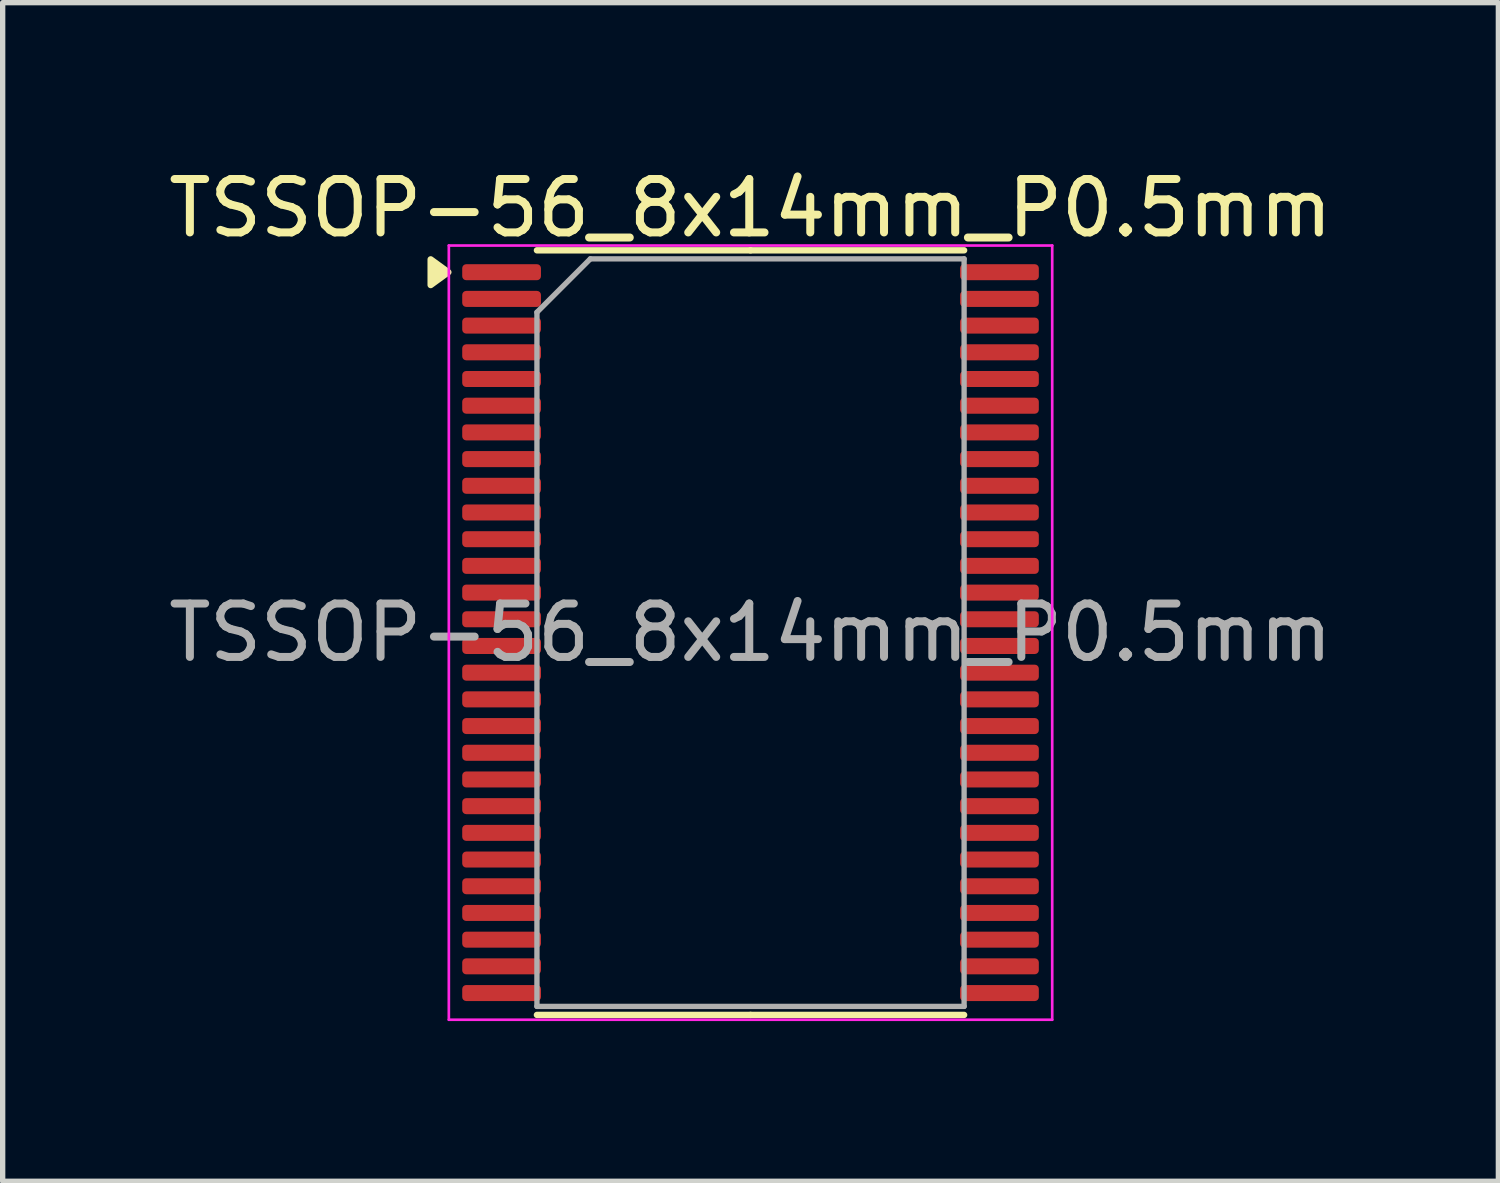
<source format=kicad_pcb>
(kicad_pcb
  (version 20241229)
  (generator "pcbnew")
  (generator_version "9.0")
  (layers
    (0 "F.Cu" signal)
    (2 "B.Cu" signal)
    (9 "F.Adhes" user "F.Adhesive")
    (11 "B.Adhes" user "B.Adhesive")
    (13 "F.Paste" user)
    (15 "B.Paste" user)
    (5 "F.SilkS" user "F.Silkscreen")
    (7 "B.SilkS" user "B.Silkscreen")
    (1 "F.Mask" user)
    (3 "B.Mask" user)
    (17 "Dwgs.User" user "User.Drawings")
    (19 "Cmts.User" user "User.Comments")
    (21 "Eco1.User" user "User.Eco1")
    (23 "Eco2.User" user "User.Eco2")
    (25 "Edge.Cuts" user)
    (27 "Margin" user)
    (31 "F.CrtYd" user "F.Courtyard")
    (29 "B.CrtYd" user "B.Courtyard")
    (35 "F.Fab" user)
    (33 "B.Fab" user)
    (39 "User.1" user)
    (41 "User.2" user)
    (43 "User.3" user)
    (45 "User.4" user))
  (footprint "TSSOP-56_8x14mm_P0.5mm"
    (layer "F.Cu")
    (at 11.006 8.798)
    (property "Reference" "TSSOP-56_8x14mm_P0.5mm" (at 0 -7.95 0) (layer "F.SilkS") (effects (font (size 1 1) (thickness 0.15))))
    (attr smd)
    (fp_line (start 0 -7.16) (end -4 -7.16) (stroke (width 0.12) (type solid)) (layer "F.SilkS"))
    (fp_line (start 0 -7.16) (end 4 -7.16) (stroke (width 0.12) (type solid)) (layer "F.SilkS"))
    (fp_line (start 0 7.16) (end -4 7.16) (stroke (width 0.12) (type solid)) (layer "F.SilkS"))
    (fp_line (start 0 7.16) (end 4 7.16) (stroke (width 0.12) (type solid)) (layer "F.SilkS"))
    (fp_poly (pts (xy -5.66 -6.75) (xy -5.99 -6.99) (xy -5.99 -6.51) (xy -5.66 -6.75)) (stroke (width 0.12) (type solid)) (fill yes) (layer "F.SilkS"))
    (fp_line (start -5.65 -7.25) (end -5.65 7.25) (stroke (width 0.05) (type solid)) (layer "F.CrtYd"))
    (fp_line (start -5.65 7.25) (end 5.65 7.25) (stroke (width 0.05) (type solid)) (layer "F.CrtYd"))
    (fp_line (start 5.65 -7.25) (end -5.65 -7.25) (stroke (width 0.05) (type solid)) (layer "F.CrtYd"))
    (fp_line (start 5.65 7.25) (end 5.65 -7.25) (stroke (width 0.05) (type solid)) (layer "F.CrtYd"))
    (fp_line (start -4 -6) (end -3 -7) (stroke (width 0.1) (type solid)) (layer "F.Fab"))
    (fp_line (start -4 7) (end -4 -6) (stroke (width 0.1) (type solid)) (layer "F.Fab"))
    (fp_line (start -3 -7) (end 4 -7) (stroke (width 0.1) (type solid)) (layer "F.Fab"))
    (fp_line (start 4 -7) (end 4 7) (stroke (width 0.1) (type solid)) (layer "F.Fab"))
    (fp_line (start 4 7) (end -4 7) (stroke (width 0.1) (type solid)) (layer "F.Fab"))
    (fp_text user "${REFERENCE}" (at 0 0 0) (layer "F.Fab") (effects (font (size 1 1) (thickness 0.15))))
    (pad "1" smd roundrect (at -4.662 -6.75) (size 1.475 0.3) (layers "F.Cu" "F.Mask" "F.Paste") (roundrect_rratio 0.25))
    (pad "2" smd roundrect (at -4.662 -6.25) (size 1.475 0.3) (layers "F.Cu" "F.Mask" "F.Paste") (roundrect_rratio 0.25))
    (pad "3" smd roundrect (at -4.662 -5.75) (size 1.475 0.3) (layers "F.Cu" "F.Mask" "F.Paste") (roundrect_rratio 0.25))
    (pad "4" smd roundrect (at -4.662 -5.25) (size 1.475 0.3) (layers "F.Cu" "F.Mask" "F.Paste") (roundrect_rratio 0.25))
    (pad "5" smd roundrect (at -4.662 -4.75) (size 1.475 0.3) (layers "F.Cu" "F.Mask" "F.Paste") (roundrect_rratio 0.25))
    (pad "6" smd roundrect (at -4.662 -4.25) (size 1.475 0.3) (layers "F.Cu" "F.Mask" "F.Paste") (roundrect_rratio 0.25))
    (pad "7" smd roundrect (at -4.662 -3.75) (size 1.475 0.3) (layers "F.Cu" "F.Mask" "F.Paste") (roundrect_rratio 0.25))
    (pad "8" smd roundrect (at -4.662 -3.25) (size 1.475 0.3) (layers "F.Cu" "F.Mask" "F.Paste") (roundrect_rratio 0.25))
    (pad "9" smd roundrect (at -4.662 -2.75) (size 1.475 0.3) (layers "F.Cu" "F.Mask" "F.Paste") (roundrect_rratio 0.25))
    (pad "10" smd roundrect (at -4.662 -2.25) (size 1.475 0.3) (layers "F.Cu" "F.Mask" "F.Paste") (roundrect_rratio 0.25))
    (pad "11" smd roundrect (at -4.662 -1.75) (size 1.475 0.3) (layers "F.Cu" "F.Mask" "F.Paste") (roundrect_rratio 0.25))
    (pad "12" smd roundrect (at -4.662 -1.25) (size 1.475 0.3) (layers "F.Cu" "F.Mask" "F.Paste") (roundrect_rratio 0.25))
    (pad "13" smd roundrect (at -4.662 -0.75) (size 1.475 0.3) (layers "F.Cu" "F.Mask" "F.Paste") (roundrect_rratio 0.25))
    (pad "14" smd roundrect (at -4.662 -0.25) (size 1.475 0.3) (layers "F.Cu" "F.Mask" "F.Paste") (roundrect_rratio 0.25))
    (pad "15" smd roundrect (at -4.662 0.25) (size 1.475 0.3) (layers "F.Cu" "F.Mask" "F.Paste") (roundrect_rratio 0.25))
    (pad "16" smd roundrect (at -4.662 0.75) (size 1.475 0.3) (layers "F.Cu" "F.Mask" "F.Paste") (roundrect_rratio 0.25))
    (pad "17" smd roundrect (at -4.662 1.25) (size 1.475 0.3) (layers "F.Cu" "F.Mask" "F.Paste") (roundrect_rratio 0.25))
    (pad "18" smd roundrect (at -4.662 1.75) (size 1.475 0.3) (layers "F.Cu" "F.Mask" "F.Paste") (roundrect_rratio 0.25))
    (pad "19" smd roundrect (at -4.662 2.25) (size 1.475 0.3) (layers "F.Cu" "F.Mask" "F.Paste") (roundrect_rratio 0.25))
    (pad "20" smd roundrect (at -4.662 2.75) (size 1.475 0.3) (layers "F.Cu" "F.Mask" "F.Paste") (roundrect_rratio 0.25))
    (pad "21" smd roundrect (at -4.662 3.25) (size 1.475 0.3) (layers "F.Cu" "F.Mask" "F.Paste") (roundrect_rratio 0.25))
    (pad "22" smd roundrect (at -4.662 3.75) (size 1.475 0.3) (layers "F.Cu" "F.Mask" "F.Paste") (roundrect_rratio 0.25))
    (pad "23" smd roundrect (at -4.662 4.25) (size 1.475 0.3) (layers "F.Cu" "F.Mask" "F.Paste") (roundrect_rratio 0.25))
    (pad "24" smd roundrect (at -4.662 4.75) (size 1.475 0.3) (layers "F.Cu" "F.Mask" "F.Paste") (roundrect_rratio 0.25))
    (pad "25" smd roundrect (at -4.662 5.25) (size 1.475 0.3) (layers "F.Cu" "F.Mask" "F.Paste") (roundrect_rratio 0.25))
    (pad "26" smd roundrect (at -4.662 5.75) (size 1.475 0.3) (layers "F.Cu" "F.Mask" "F.Paste") (roundrect_rratio 0.25))
    (pad "27" smd roundrect (at -4.662 6.25) (size 1.475 0.3) (layers "F.Cu" "F.Mask" "F.Paste") (roundrect_rratio 0.25))
    (pad "28" smd roundrect (at -4.662 6.75) (size 1.475 0.3) (layers "F.Cu" "F.Mask" "F.Paste") (roundrect_rratio 0.25))
    (pad "29" smd roundrect (at 4.662 6.75) (size 1.475 0.3) (layers "F.Cu" "F.Mask" "F.Paste") (roundrect_rratio 0.25))
    (pad "30" smd roundrect (at 4.662 6.25) (size 1.475 0.3) (layers "F.Cu" "F.Mask" "F.Paste") (roundrect_rratio 0.25))
    (pad "31" smd roundrect (at 4.662 5.75) (size 1.475 0.3) (layers "F.Cu" "F.Mask" "F.Paste") (roundrect_rratio 0.25))
    (pad "32" smd roundrect (at 4.662 5.25) (size 1.475 0.3) (layers "F.Cu" "F.Mask" "F.Paste") (roundrect_rratio 0.25))
    (pad "33" smd roundrect (at 4.662 4.75) (size 1.475 0.3) (layers "F.Cu" "F.Mask" "F.Paste") (roundrect_rratio 0.25))
    (pad "34" smd roundrect (at 4.662 4.25) (size 1.475 0.3) (layers "F.Cu" "F.Mask" "F.Paste") (roundrect_rratio 0.25))
    (pad "35" smd roundrect (at 4.662 3.75) (size 1.475 0.3) (layers "F.Cu" "F.Mask" "F.Paste") (roundrect_rratio 0.25))
    (pad "36" smd roundrect (at 4.662 3.25) (size 1.475 0.3) (layers "F.Cu" "F.Mask" "F.Paste") (roundrect_rratio 0.25))
    (pad "37" smd roundrect (at 4.662 2.75) (size 1.475 0.3) (layers "F.Cu" "F.Mask" "F.Paste") (roundrect_rratio 0.25))
    (pad "38" smd roundrect (at 4.662 2.25) (size 1.475 0.3) (layers "F.Cu" "F.Mask" "F.Paste") (roundrect_rratio 0.25))
    (pad "39" smd roundrect (at 4.662 1.75) (size 1.475 0.3) (layers "F.Cu" "F.Mask" "F.Paste") (roundrect_rratio 0.25))
    (pad "40" smd roundrect (at 4.662 1.25) (size 1.475 0.3) (layers "F.Cu" "F.Mask" "F.Paste") (roundrect_rratio 0.25))
    (pad "41" smd roundrect (at 4.662 0.75) (size 1.475 0.3) (layers "F.Cu" "F.Mask" "F.Paste") (roundrect_rratio 0.25))
    (pad "42" smd roundrect (at 4.662 0.25) (size 1.475 0.3) (layers "F.Cu" "F.Mask" "F.Paste") (roundrect_rratio 0.25))
    (pad "43" smd roundrect (at 4.662 -0.25) (size 1.475 0.3) (layers "F.Cu" "F.Mask" "F.Paste") (roundrect_rratio 0.25))
    (pad "44" smd roundrect (at 4.662 -0.75) (size 1.475 0.3) (layers "F.Cu" "F.Mask" "F.Paste") (roundrect_rratio 0.25))
    (pad "45" smd roundrect (at 4.662 -1.25) (size 1.475 0.3) (layers "F.Cu" "F.Mask" "F.Paste") (roundrect_rratio 0.25))
    (pad "46" smd roundrect (at 4.662 -1.75) (size 1.475 0.3) (layers "F.Cu" "F.Mask" "F.Paste") (roundrect_rratio 0.25))
    (pad "47" smd roundrect (at 4.662 -2.25) (size 1.475 0.3) (layers "F.Cu" "F.Mask" "F.Paste") (roundrect_rratio 0.25))
    (pad "48" smd roundrect (at 4.662 -2.75) (size 1.475 0.3) (layers "F.Cu" "F.Mask" "F.Paste") (roundrect_rratio 0.25))
    (pad "49" smd roundrect (at 4.662 -3.25) (size 1.475 0.3) (layers "F.Cu" "F.Mask" "F.Paste") (roundrect_rratio 0.25))
    (pad "50" smd roundrect (at 4.662 -3.75) (size 1.475 0.3) (layers "F.Cu" "F.Mask" "F.Paste") (roundrect_rratio 0.25))
    (pad "51" smd roundrect (at 4.662 -4.25) (size 1.475 0.3) (layers "F.Cu" "F.Mask" "F.Paste") (roundrect_rratio 0.25))
    (pad "52" smd roundrect (at 4.662 -4.75) (size 1.475 0.3) (layers "F.Cu" "F.Mask" "F.Paste") (roundrect_rratio 0.25))
    (pad "53" smd roundrect (at 4.662 -5.25) (size 1.475 0.3) (layers "F.Cu" "F.Mask" "F.Paste") (roundrect_rratio 0.25))
    (pad "54" smd roundrect (at 4.662 -5.75) (size 1.475 0.3) (layers "F.Cu" "F.Mask" "F.Paste") (roundrect_rratio 0.25))
    (pad "55" smd roundrect (at 4.662 -6.25) (size 1.475 0.3) (layers "F.Cu" "F.Mask" "F.Paste") (roundrect_rratio 0.25))
    (pad "56" smd roundrect (at 4.662 -6.75) (size 1.475 0.3) (layers "F.Cu" "F.Mask" "F.Paste") (roundrect_rratio 0.25)))
  (gr_rect
    (start -3 -3)
    (end 25.012 19.073)
    (stroke (width 0.1) (type default))
    (fill no)
    (layer "Edge.Cuts")))
</source>
